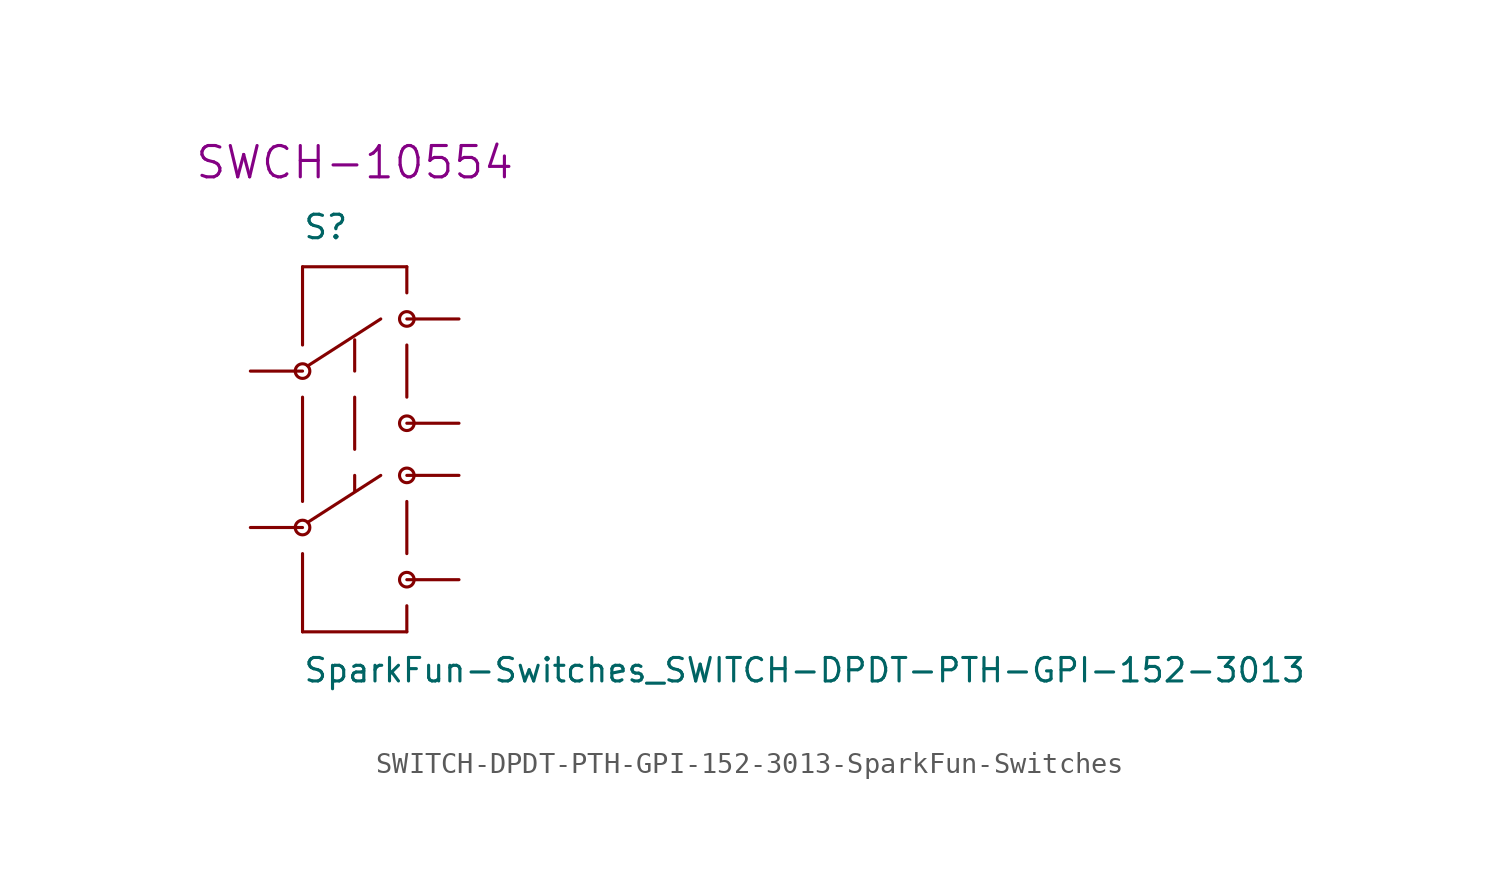
<source format=kicad_sym>
(kicad_symbol_lib
  (version 20220914)
  (generator kicad_symbol_editor)
  (symbol "SWITCH-DPDT-PTH-GPI-152-3013-SparkFun-Switches"
    (pin_numbers hide)
    (pin_names
      (offset 1.016) hide)
    (property "Reference" "S"
      (at -2.54 8.89 0)
      (effects (font (size 1.143 1.143)) (justify left bottom)))
    (property "Value" "SparkFun-Switches_SWITCH-DPDT-PTH-GPI-152-3013"
      (at -2.54 -12.7 0)
      (effects (font (size 1.143 1.143)) (justify left bottom)))
    (property "Field4" "SWCH-10554"
      (at 0 12.7 0)
      (effects (font (size 1.524 1.524))))
    (property "ki_locked" ""
      (at 0 0 0)
      (effects (font (size 1.27 1.27))))
    (symbol "SWITCH-DPDT-PTH-GPI-152-3013-SparkFun-Switches_1_0"
      (polyline (pts (xy -2.54 -10.16) (xy 2.54 -10.16)) (stroke (width 0) (type solid)) (fill (type none)))
      (polyline (pts (xy -2.54 -6.35) (xy -2.54 -10.16)) (stroke (width 0) (type solid)) (fill (type none)))
      (polyline (pts (xy -2.54 1.27) (xy -2.54 -3.81)) (stroke (width 0) (type solid)) (fill (type none)))
      (polyline (pts (xy -2.54 7.62) (xy -2.54 3.81)) (stroke (width 0) (type solid)) (fill (type none)))
      (polyline (pts (xy -2.286 -4.826) (xy 1.27 -2.54)) (stroke (width 0) (type solid)) (fill (type none)))
      (polyline (pts (xy 0 -2.54) (xy 0 -3.302)) (stroke (width 0) (type solid)) (fill (type none)))
      (polyline (pts (xy 0 1.27) (xy 0 -1.27)) (stroke (width 0) (type solid)) (fill (type none)))
      (polyline (pts (xy 0 4.064) (xy 0 2.54)) (stroke (width 0) (type solid)) (fill (type none)))
      (polyline (pts (xy 1.27 5.08) (xy -2.286 2.794)) (stroke (width 0) (type solid)) (fill (type none)))
      (polyline (pts (xy 2.54 -10.16) (xy 2.54 -8.89)) (stroke (width 0) (type solid)) (fill (type none)))
      (polyline (pts (xy 2.54 -6.35) (xy 2.54 -3.81)) (stroke (width 0) (type solid)) (fill (type none)))
      (polyline (pts (xy 2.54 3.81) (xy 2.54 1.27)) (stroke (width 0) (type solid)) (fill (type none)))
      (polyline (pts (xy 2.54 6.35) (xy 2.54 7.62)) (stroke (width 0) (type solid)) (fill (type none)))
      (polyline (pts (xy 2.54 7.62) (xy -2.54 7.62)) (stroke (width 0) (type solid)) (fill (type none))))
    (symbol "SWITCH-DPDT-PTH-GPI-152-3013-SparkFun-Switches_1_1"
      (circle (center -2.54 -5.08) (radius 0.356) (stroke (width 0) (type solid)) (fill (type none)))
      (circle (center -2.54 2.54) (radius 0.356) (stroke (width 0) (type solid)) (fill (type none)))
      (circle (center 2.54 -7.62) (radius 0.356) (stroke (width 0) (type solid)) (fill (type none)))
      (circle (center 2.54 -2.54) (radius 0.356) (stroke (width 0) (type solid)) (fill (type none)))
      (circle (center 2.54 0) (radius 0.356) (stroke (width 0) (type solid)) (fill (type none)))
      (circle (center 2.54 5.08) (radius 0.356) (stroke (width 0) (type solid)) (fill (type none)))
      (pin bidirectional line (at 5.08 5.08 180) (length 2.54) (name "1" (effects (font (size 1.016 1.016)))) (number "10" (effects (font (size 1.016 1.016)))))
      (pin bidirectional line (at 5.08 -2.54 180) (length 2.54) (name "4" (effects (font (size 1.016 1.016)))) (number "11" (effects (font (size 1.016 1.016)))))
      (pin bidirectional line (at 5.08 0 180) (length 2.54) (name "3" (effects (font (size 1.016 1.016)))) (number "20" (effects (font (size 1.016 1.016)))))
      (pin bidirectional line (at 5.08 -7.62 180) (length 2.54) (name "6" (effects (font (size 1.016 1.016)))) (number "21" (effects (font (size 1.016 1.016)))))
      (pin bidirectional line (at -5.08 2.54 0) (length 2.54) (name "2" (effects (font (size 1.016 1.016)))) (number "C@1" (effects (font (size 1.016 1.016)))))
      (pin bidirectional line (at -5.08 -5.08 0) (length 2.54) (name "5" (effects (font (size 1.016 1.016)))) (number "C@2" (effects (font (size 1.016 1.016))))))))
</source>
